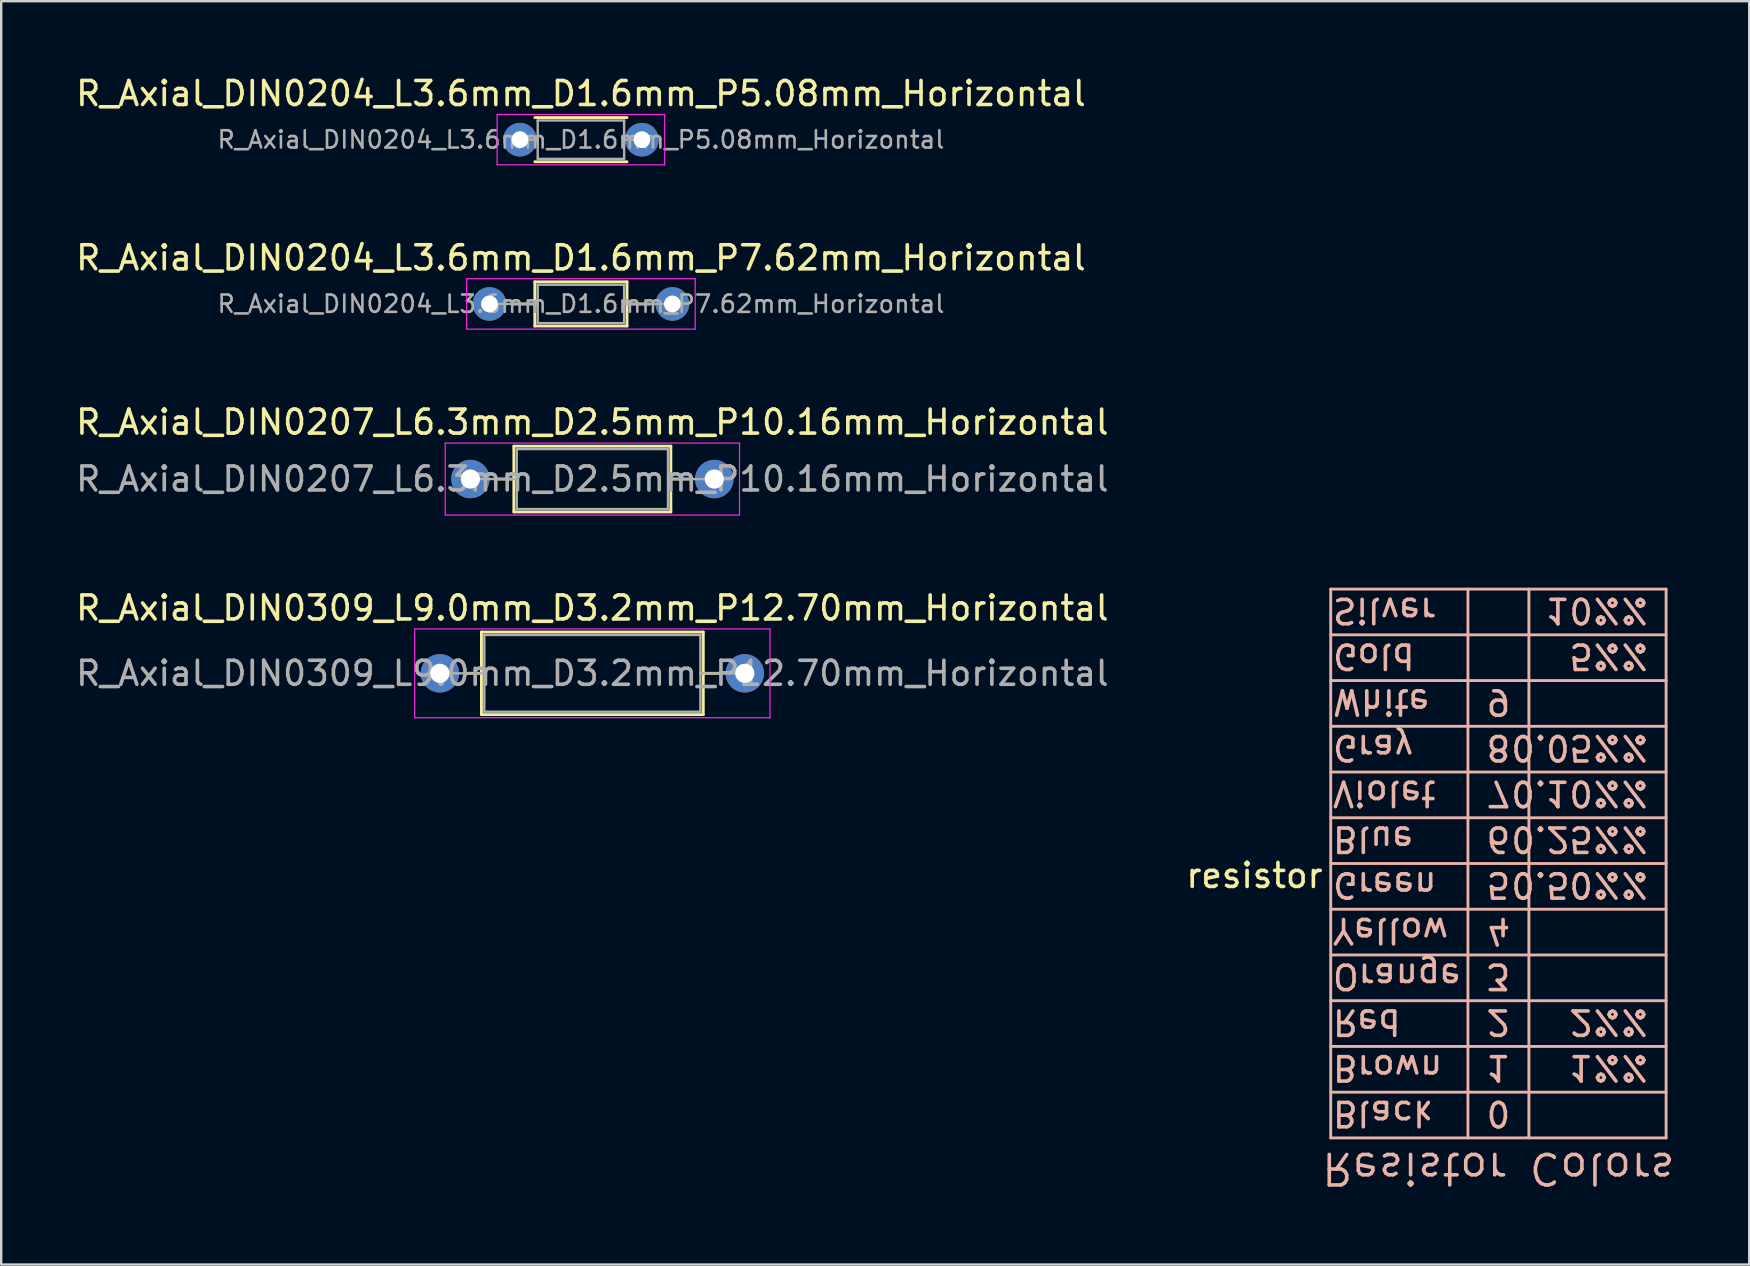
<source format=kicad_pcb>
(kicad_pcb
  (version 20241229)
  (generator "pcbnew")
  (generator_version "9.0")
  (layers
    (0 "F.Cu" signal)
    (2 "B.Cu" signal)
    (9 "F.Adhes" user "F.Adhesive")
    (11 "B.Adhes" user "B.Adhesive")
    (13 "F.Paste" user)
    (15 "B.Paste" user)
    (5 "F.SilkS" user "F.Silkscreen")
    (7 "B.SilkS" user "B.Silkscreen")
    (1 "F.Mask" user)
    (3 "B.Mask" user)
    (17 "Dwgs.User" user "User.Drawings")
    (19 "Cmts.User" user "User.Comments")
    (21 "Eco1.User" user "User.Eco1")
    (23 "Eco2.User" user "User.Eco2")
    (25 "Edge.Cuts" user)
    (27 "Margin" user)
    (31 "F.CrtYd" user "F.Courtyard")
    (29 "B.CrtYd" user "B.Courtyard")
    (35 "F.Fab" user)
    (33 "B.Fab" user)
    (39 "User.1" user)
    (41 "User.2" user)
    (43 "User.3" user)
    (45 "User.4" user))
  (footprint "resistor"
    (layer "F.Cu")
    (at 52.383 29.11)
    (property "Reference" "resistor" (at -3.175 4.31 0) (layer "F.SilkS") (effects (font (size 1 1) (thickness 0.15))))
    (attr through_hole)
    (fp_line (start 0 -7.62) (end 13.97 -7.62) (stroke (width 0.12) (type solid)) (layer "B.SilkS"))
    (fp_line (start 0 -5.715) (end 13.97 -5.715) (stroke (width 0.12) (type solid)) (layer "B.SilkS"))
    (fp_line (start 0 -3.81) (end 13.97 -3.81) (stroke (width 0.12) (type solid)) (layer "B.SilkS"))
    (fp_line (start 0 -1.905) (end 13.97 -1.905) (stroke (width 0.12) (type solid)) (layer "B.SilkS"))
    (fp_line (start 0 0) (end 13.97 0) (stroke (width 0.12) (type solid)) (layer "B.SilkS"))
    (fp_line (start 0 1.905) (end 13.97 1.905) (stroke (width 0.12) (type solid)) (layer "B.SilkS"))
    (fp_line (start 0 3.81) (end 13.97 3.81) (stroke (width 0.12) (type solid)) (layer "B.SilkS"))
    (fp_line (start 0 5.715) (end 13.97 5.715) (stroke (width 0.12) (type solid)) (layer "B.SilkS"))
    (fp_line (start 0 7.62) (end 13.97 7.62) (stroke (width 0.12) (type solid)) (layer "B.SilkS"))
    (fp_line (start 0 9.525) (end 13.97 9.525) (stroke (width 0.12) (type solid)) (layer "B.SilkS"))
    (fp_line (start 0 11.43) (end 13.97 11.43) (stroke (width 0.12) (type solid)) (layer "B.SilkS"))
    (fp_line (start 0 13.335) (end 13.97 13.335) (stroke (width 0.12) (type solid)) (layer "B.SilkS"))
    (fp_line (start 0 15.24) (end 0 -7.62) (stroke (width 0.12) (type solid)) (layer "B.SilkS"))
    (fp_line (start 5.715 15.24) (end 5.715 -7.62) (stroke (width 0.12) (type solid)) (layer "B.SilkS"))
    (fp_line (start 8.255 -7.62) (end 8.255 15.24) (stroke (width 0.12) (type solid)) (layer "B.SilkS"))
    (fp_line (start 13.97 -7.62) (end 13.97 15.24) (stroke (width 0.12) (type solid)) (layer "B.SilkS"))
    (fp_line (start 13.97 15.24) (end 0 15.24) (stroke (width 0.12) (type solid)) (layer "B.SilkS"))
    (fp_text user "5%%" (at 13.335 -4.826 180) (unlocked yes) (layer "B.SilkS") (effects (font (size 1.016 1.016) (thickness 0.15)) (justify right mirror)))
    (fp_text user "Red" (at 0 10.414 180) (unlocked yes) (layer "B.SilkS") (effects (font (size 1.016 1.016) (thickness 0.15)) (justify left mirror)))
    (fp_text user "Blue" (at 0 2.794 180) (unlocked yes) (layer "B.SilkS") (effects (font (size 1.016 1.016) (thickness 0.15)) (justify left mirror)))
    (fp_text user "8" (at 6.985 -1.016 180) (unlocked yes) (layer "B.SilkS") (effects (font (size 1.016 1.016) (thickness 0.15)) (justify mirror)))
    (fp_text user "Gold" (at 0 -4.826 180) (unlocked yes) (layer "B.SilkS") (effects (font (size 1.016 1.016) (thickness 0.15)) (justify left mirror)))
    (fp_text user "9" (at 6.985 -2.921 180) (unlocked yes) (layer "B.SilkS") (effects (font (size 1.016 1.016) (thickness 0.15)) (justify mirror)))
    (fp_text user "4" (at 6.985 6.604 180) (unlocked yes) (layer "B.SilkS") (effects (font (size 1.016 1.016) (thickness 0.15)) (justify mirror)))
    (fp_text user "0.50%%" (at 13.335 4.699 180) (unlocked yes) (layer "B.SilkS") (effects (font (size 1.016 1.016) (thickness 0.15)) (justify right mirror)))
    (fp_text user "7" (at 6.985 0.889 180) (unlocked yes) (layer "B.SilkS") (effects (font (size 1.016 1.016) (thickness 0.15)) (justify mirror)))
    (fp_text user "10%%" (at 13.335 -6.731 180) (unlocked yes) (layer "B.SilkS") (effects (font (size 1.016 1.016) (thickness 0.15)) (justify right mirror)))
    (fp_text user "Brown" (at 0 12.319 180) (unlocked yes) (layer "B.SilkS") (effects (font (size 1.016 1.016) (thickness 0.15)) (justify left mirror)))
    (fp_text user "Green" (at 0 4.699 180) (unlocked yes) (layer "B.SilkS") (effects (font (size 1.016 1.016) (thickness 0.15)) (justify left mirror)))
    (fp_text user "Gray" (at 0 -1.016 180) (unlocked yes) (layer "B.SilkS") (effects (font (size 1.016 1.016) (thickness 0.15)) (justify left mirror)))
    (fp_text user "Orange" (at 0 8.509 180) (unlocked yes) (layer "B.SilkS") (effects (font (size 1.016 1.016) (thickness 0.15)) (justify left mirror)))
    (fp_text user "0.25%%" (at 13.335 2.794 180) (unlocked yes) (layer "B.SilkS") (effects (font (size 1.016 1.016) (thickness 0.15)) (justify right mirror)))
    (fp_text user "6" (at 6.985 2.794 180) (unlocked yes) (layer "B.SilkS") (effects (font (size 1.016 1.016) (thickness 0.15)) (justify mirror)))
    (fp_text user "1%%" (at 13.335 12.319 180) (unlocked yes) (layer "B.SilkS") (effects (font (size 1.016 1.016) (thickness 0.15)) (justify right mirror)))
    (fp_text user "3" (at 6.985 8.509 180) (unlocked yes) (layer "B.SilkS") (effects (font (size 1.016 1.016) (thickness 0.15)) (justify mirror)))
    (fp_text user "Yellow" (at 0 6.604 180) (unlocked yes) (layer "B.SilkS") (effects (font (size 1.016 1.016) (thickness 0.15)) (justify left mirror)))
    (fp_text user "Resistor Colors" (at 6.985 16.51 180) (unlocked yes) (layer "B.SilkS") (effects (font (size 1.27 1.27) (thickness 0.15)) (justify mirror)))
    (fp_text user "Silver" (at 0 -6.731 180) (unlocked yes) (layer "B.SilkS") (effects (font (size 1.016 1.016) (thickness 0.15)) (justify left mirror)))
    (fp_text user "Black" (at 0 14.224 180) (unlocked yes) (layer "B.SilkS") (effects (font (size 1.016 1.016) (thickness 0.15)) (justify left mirror)))
    (fp_text user "0.10%%" (at 13.335 0.889 180) (unlocked yes) (layer "B.SilkS") (effects (font (size 1.016 1.016) (thickness 0.15)) (justify right mirror)))
    (fp_text user "2" (at 6.985 10.414 180) (unlocked yes) (layer "B.SilkS") (effects (font (size 1.016 1.016) (thickness 0.15)) (justify mirror)))
    (fp_text user "1" (at 6.985 12.319 180) (unlocked yes) (layer "B.SilkS") (effects (font (size 1.016 1.016) (thickness 0.15)) (justify mirror)))
    (fp_text user "0.05%%" (at 13.335 -1.016 180) (unlocked yes) (layer "B.SilkS") (effects (font (size 1.016 1.016) (thickness 0.15)) (justify right mirror)))
    (fp_text user "White" (at 0 -2.921 180) (unlocked yes) (layer "B.SilkS") (effects (font (size 1.016 1.016) (thickness 0.15)) (justify left mirror)))
    (fp_text user "2%%" (at 13.335 10.414 180) (unlocked yes) (layer "B.SilkS") (effects (font (size 1.016 1.016) (thickness 0.15)) (justify right mirror)))
    (fp_text user "Violet" (at 0 0.889 180) (unlocked yes) (layer "B.SilkS") (effects (font (size 1.016 1.016) (thickness 0.15)) (justify left mirror)))
    (fp_text user "5" (at 6.985 4.699 180) (unlocked yes) (layer "B.SilkS") (effects (font (size 1.016 1.016) (thickness 0.15)) (justify mirror)))
    (fp_text user "0" (at 6.985 14.224 180) (unlocked yes) (layer "B.SilkS") (effects (font (size 1.016 1.016) (thickness 0.15)) (justify mirror))))
  (footprint "R_Axial_DIN0204_L3.6mm_D1.6mm_P5.08mm_Horizontal"
    (layer "F.Cu")
    (at 18.609 2.768)
    (property "Reference" "R_Axial_DIN0204_L3.6mm_D1.6mm_P5.08mm_Horizontal" (at 2.54 -1.92 0) (layer "F.SilkS") (effects (font (size 1 1) (thickness 0.15))))
    (attr through_hole)
    (fp_line (start 0.62 -0.92) (end 4.46 -0.92) (stroke (width 0.12) (type solid)) (layer "F.SilkS"))
    (fp_line (start 0.62 0.92) (end 4.46 0.92) (stroke (width 0.12) (type solid)) (layer "F.SilkS"))
    (fp_line (start -0.95 -1.05) (end -0.95 1.05) (stroke (width 0.05) (type solid)) (layer "F.CrtYd"))
    (fp_line (start -0.95 1.05) (end 6.03 1.05) (stroke (width 0.05) (type solid)) (layer "F.CrtYd"))
    (fp_line (start 6.03 -1.05) (end -0.95 -1.05) (stroke (width 0.05) (type solid)) (layer "F.CrtYd"))
    (fp_line (start 6.03 1.05) (end 6.03 -1.05) (stroke (width 0.05) (type solid)) (layer "F.CrtYd"))
    (fp_line (start 0 0) (end 0.74 0) (stroke (width 0.1) (type solid)) (layer "F.Fab"))
    (fp_line (start 0.74 -0.8) (end 0.74 0.8) (stroke (width 0.1) (type solid)) (layer "F.Fab"))
    (fp_line (start 0.74 0.8) (end 4.34 0.8) (stroke (width 0.1) (type solid)) (layer "F.Fab"))
    (fp_line (start 4.34 -0.8) (end 0.74 -0.8) (stroke (width 0.1) (type solid)) (layer "F.Fab"))
    (fp_line (start 4.34 0.8) (end 4.34 -0.8) (stroke (width 0.1) (type solid)) (layer "F.Fab"))
    (fp_line (start 5.08 0) (end 4.34 0) (stroke (width 0.1) (type solid)) (layer "F.Fab"))
    (fp_text user "${REFERENCE}" (at 2.54 0 0) (layer "F.Fab") (effects (font (size 0.72 0.72) (thickness 0.108))))
    (pad "1" thru_hole circle (at 0 0) (size 1.4 1.4) (drill 0.7) (layers "F.Cu" "F.Mask"))
    (pad "2" thru_hole oval (at 5.08 0) (size 1.4 1.4) (drill 0.7) (layers "F.Cu" "F.Mask")))
  (footprint "R_Axial_DIN0207_L6.3mm_D2.5mm_P10.16mm_Horizontal"
    (layer "F.Cu")
    (at 16.545 16.905)
    (property "Reference" "R_Axial_DIN0207_L6.3mm_D2.5mm_P10.16mm_Horizontal" (at 5.08 -2.37 0) (layer "F.SilkS") (effects (font (size 1 1) (thickness 0.15))))
    (attr through_hole)
    (fp_line (start 1.04 0) (end 1.81 0) (stroke (width 0.12) (type solid)) (layer "F.SilkS"))
    (fp_line (start 1.81 -1.37) (end 1.81 1.37) (stroke (width 0.12) (type solid)) (layer "F.SilkS"))
    (fp_line (start 1.81 1.37) (end 8.35 1.37) (stroke (width 0.12) (type solid)) (layer "F.SilkS"))
    (fp_line (start 8.35 -1.37) (end 1.81 -1.37) (stroke (width 0.12) (type solid)) (layer "F.SilkS"))
    (fp_line (start 8.35 1.37) (end 8.35 -1.37) (stroke (width 0.12) (type solid)) (layer "F.SilkS"))
    (fp_line (start 9.12 0) (end 8.35 0) (stroke (width 0.12) (type solid)) (layer "F.SilkS"))
    (fp_line (start -1.05 -1.5) (end -1.05 1.5) (stroke (width 0.05) (type solid)) (layer "F.CrtYd"))
    (fp_line (start -1.05 1.5) (end 11.21 1.5) (stroke (width 0.05) (type solid)) (layer "F.CrtYd"))
    (fp_line (start 11.21 -1.5) (end -1.05 -1.5) (stroke (width 0.05) (type solid)) (layer "F.CrtYd"))
    (fp_line (start 11.21 1.5) (end 11.21 -1.5) (stroke (width 0.05) (type solid)) (layer "F.CrtYd"))
    (fp_line (start 0 0) (end 1.93 0) (stroke (width 0.1) (type solid)) (layer "F.Fab"))
    (fp_line (start 1.93 -1.25) (end 1.93 1.25) (stroke (width 0.1) (type solid)) (layer "F.Fab"))
    (fp_line (start 1.93 1.25) (end 8.23 1.25) (stroke (width 0.1) (type solid)) (layer "F.Fab"))
    (fp_line (start 8.23 -1.25) (end 1.93 -1.25) (stroke (width 0.1) (type solid)) (layer "F.Fab"))
    (fp_line (start 8.23 1.25) (end 8.23 -1.25) (stroke (width 0.1) (type solid)) (layer "F.Fab"))
    (fp_line (start 10.16 0) (end 8.23 0) (stroke (width 0.1) (type solid)) (layer "F.Fab"))
    (fp_text user "${REFERENCE}" (at 5.08 0 0) (layer "F.Fab") (effects (font (size 1 1) (thickness 0.15))))
    (pad "1" thru_hole circle (at 0 0) (size 1.6 1.6) (drill 0.8) (layers "F.Cu" "F.Mask"))
    (pad "2" thru_hole oval (at 10.16 0) (size 1.6 1.6) (drill 0.8) (layers "F.Cu" "F.Mask")))
  (footprint "R_Axial_DIN0309_L9.0mm_D3.2mm_P12.70mm_Horizontal"
    (layer "F.Cu")
    (at 15.275 24.998)
    (property "Reference" "R_Axial_DIN0309_L9.0mm_D3.2mm_P12.70mm_Horizontal" (at 6.35 -2.72 0) (layer "F.SilkS") (effects (font (size 1 1) (thickness 0.15))))
    (attr through_hole)
    (fp_line (start 1.04 0) (end 1.73 0) (stroke (width 0.12) (type solid)) (layer "F.SilkS"))
    (fp_line (start 1.73 -1.72) (end 1.73 1.72) (stroke (width 0.12) (type solid)) (layer "F.SilkS"))
    (fp_line (start 1.73 1.72) (end 10.97 1.72) (stroke (width 0.12) (type solid)) (layer "F.SilkS"))
    (fp_line (start 10.97 -1.72) (end 1.73 -1.72) (stroke (width 0.12) (type solid)) (layer "F.SilkS"))
    (fp_line (start 10.97 1.72) (end 10.97 -1.72) (stroke (width 0.12) (type solid)) (layer "F.SilkS"))
    (fp_line (start 11.66 0) (end 10.97 0) (stroke (width 0.12) (type solid)) (layer "F.SilkS"))
    (fp_line (start -1.05 -1.85) (end -1.05 1.85) (stroke (width 0.05) (type solid)) (layer "F.CrtYd"))
    (fp_line (start -1.05 1.85) (end 13.75 1.85) (stroke (width 0.05) (type solid)) (layer "F.CrtYd"))
    (fp_line (start 13.75 -1.85) (end -1.05 -1.85) (stroke (width 0.05) (type solid)) (layer "F.CrtYd"))
    (fp_line (start 13.75 1.85) (end 13.75 -1.85) (stroke (width 0.05) (type solid)) (layer "F.CrtYd"))
    (fp_line (start 0 0) (end 1.85 0) (stroke (width 0.1) (type solid)) (layer "F.Fab"))
    (fp_line (start 1.85 -1.6) (end 1.85 1.6) (stroke (width 0.1) (type solid)) (layer "F.Fab"))
    (fp_line (start 1.85 1.6) (end 10.85 1.6) (stroke (width 0.1) (type solid)) (layer "F.Fab"))
    (fp_line (start 10.85 -1.6) (end 1.85 -1.6) (stroke (width 0.1) (type solid)) (layer "F.Fab"))
    (fp_line (start 10.85 1.6) (end 10.85 -1.6) (stroke (width 0.1) (type solid)) (layer "F.Fab"))
    (fp_line (start 12.7 0) (end 10.85 0) (stroke (width 0.1) (type solid)) (layer "F.Fab"))
    (fp_text user "${REFERENCE}" (at 6.35 0 0) (layer "F.Fab") (effects (font (size 1 1) (thickness 0.15))))
    (pad "1" thru_hole circle (at 0 0) (size 1.6 1.6) (drill 0.8) (layers "F.Cu" "F.Mask"))
    (pad "2" thru_hole oval (at 12.7 0) (size 1.6 1.6) (drill 0.8) (layers "F.Cu" "F.Mask")))
  (footprint "R_Axial_DIN0204_L3.6mm_D1.6mm_P7.62mm_Horizontal"
    (layer "F.Cu")
    (at 17.339 9.611)
    (property "Reference" "R_Axial_DIN0204_L3.6mm_D1.6mm_P7.62mm_Horizontal" (at 3.81 -1.92 0) (layer "F.SilkS") (effects (font (size 1 1) (thickness 0.15))))
    (attr through_hole)
    (fp_line (start 0.94 0) (end 1.89 0) (stroke (width 0.12) (type solid)) (layer "F.SilkS"))
    (fp_line (start 1.89 -0.92) (end 1.89 0.92) (stroke (width 0.12) (type solid)) (layer "F.SilkS"))
    (fp_line (start 1.89 0.92) (end 5.73 0.92) (stroke (width 0.12) (type solid)) (layer "F.SilkS"))
    (fp_line (start 5.73 -0.92) (end 1.89 -0.92) (stroke (width 0.12) (type solid)) (layer "F.SilkS"))
    (fp_line (start 5.73 0.92) (end 5.73 -0.92) (stroke (width 0.12) (type solid)) (layer "F.SilkS"))
    (fp_line (start 6.68 0) (end 5.73 0) (stroke (width 0.12) (type solid)) (layer "F.SilkS"))
    (fp_line (start -0.95 -1.05) (end -0.95 1.05) (stroke (width 0.05) (type solid)) (layer "F.CrtYd"))
    (fp_line (start -0.95 1.05) (end 8.57 1.05) (stroke (width 0.05) (type solid)) (layer "F.CrtYd"))
    (fp_line (start 8.57 -1.05) (end -0.95 -1.05) (stroke (width 0.05) (type solid)) (layer "F.CrtYd"))
    (fp_line (start 8.57 1.05) (end 8.57 -1.05) (stroke (width 0.05) (type solid)) (layer "F.CrtYd"))
    (fp_line (start 0 0) (end 2.01 0) (stroke (width 0.1) (type solid)) (layer "F.Fab"))
    (fp_line (start 2.01 -0.8) (end 2.01 0.8) (stroke (width 0.1) (type solid)) (layer "F.Fab"))
    (fp_line (start 2.01 0.8) (end 5.61 0.8) (stroke (width 0.1) (type solid)) (layer "F.Fab"))
    (fp_line (start 5.61 -0.8) (end 2.01 -0.8) (stroke (width 0.1) (type solid)) (layer "F.Fab"))
    (fp_line (start 5.61 0.8) (end 5.61 -0.8) (stroke (width 0.1) (type solid)) (layer "F.Fab"))
    (fp_line (start 7.62 0) (end 5.61 0) (stroke (width 0.1) (type solid)) (layer "F.Fab"))
    (fp_text user "${REFERENCE}" (at 3.81 0 0) (layer "F.Fab") (effects (font (size 0.72 0.72) (thickness 0.108))))
    (pad "1" thru_hole circle (at 0 0) (size 1.4 1.4) (drill 0.7) (layers "F.Cu" "F.Mask"))
    (pad "2" thru_hole oval (at 7.62 0) (size 1.4 1.4) (drill 0.7) (layers "F.Cu" "F.Mask")))
  (gr_rect
    (start -3 -3)
    (end 69.814 49.626)
    (stroke (width 0.1) (type default))
    (fill no)
    (layer "Edge.Cuts")))
</source>
